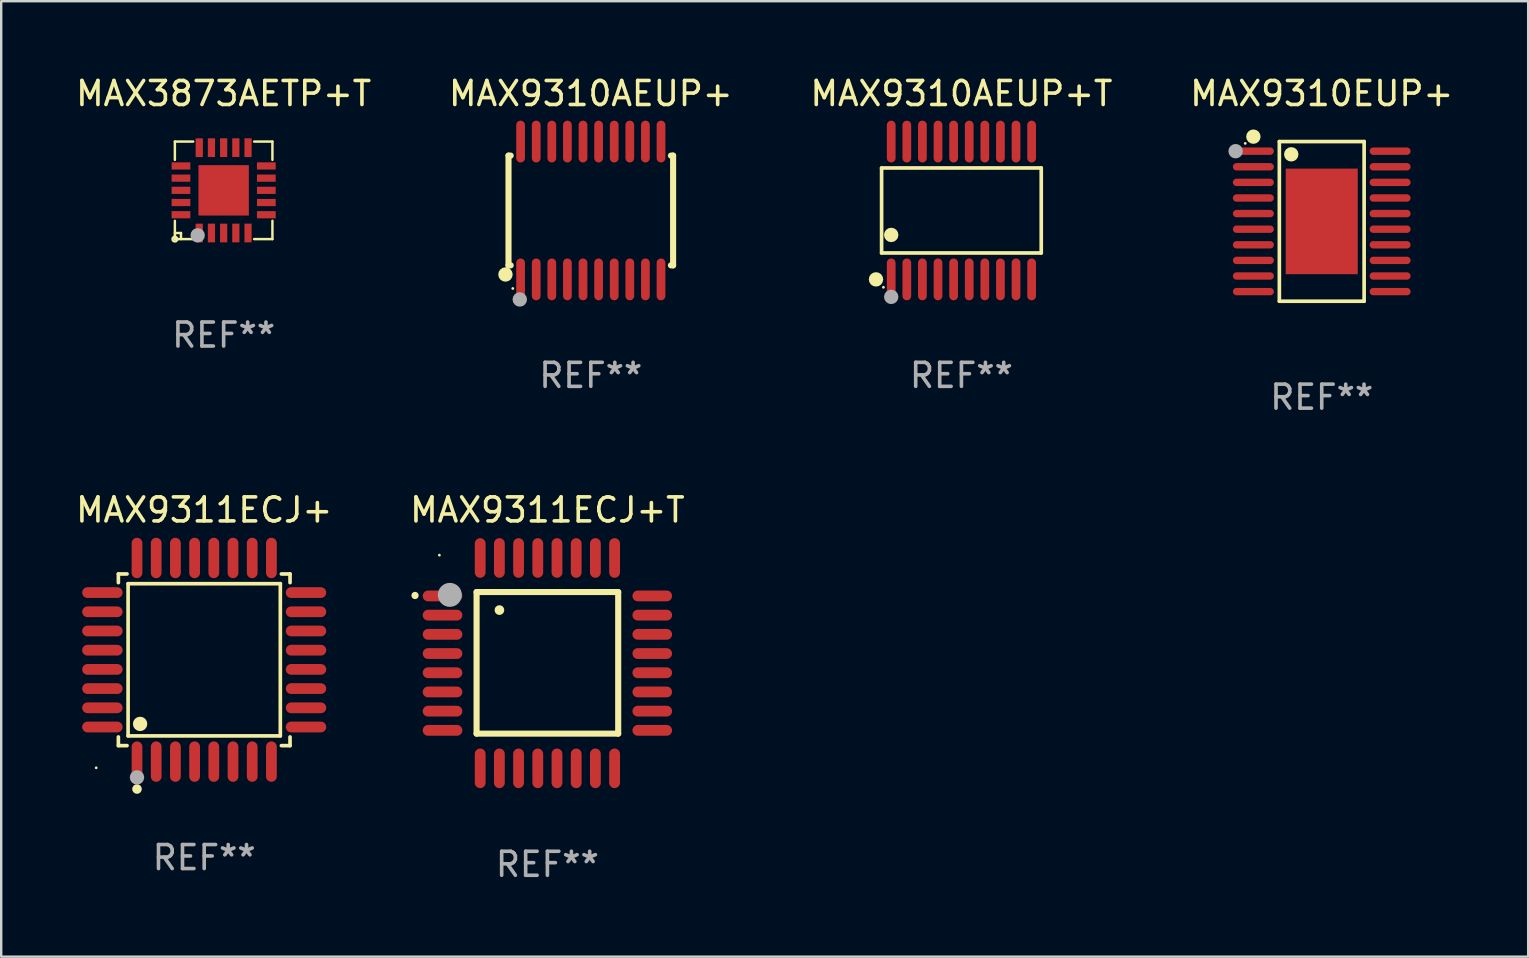
<source format=kicad_pcb>
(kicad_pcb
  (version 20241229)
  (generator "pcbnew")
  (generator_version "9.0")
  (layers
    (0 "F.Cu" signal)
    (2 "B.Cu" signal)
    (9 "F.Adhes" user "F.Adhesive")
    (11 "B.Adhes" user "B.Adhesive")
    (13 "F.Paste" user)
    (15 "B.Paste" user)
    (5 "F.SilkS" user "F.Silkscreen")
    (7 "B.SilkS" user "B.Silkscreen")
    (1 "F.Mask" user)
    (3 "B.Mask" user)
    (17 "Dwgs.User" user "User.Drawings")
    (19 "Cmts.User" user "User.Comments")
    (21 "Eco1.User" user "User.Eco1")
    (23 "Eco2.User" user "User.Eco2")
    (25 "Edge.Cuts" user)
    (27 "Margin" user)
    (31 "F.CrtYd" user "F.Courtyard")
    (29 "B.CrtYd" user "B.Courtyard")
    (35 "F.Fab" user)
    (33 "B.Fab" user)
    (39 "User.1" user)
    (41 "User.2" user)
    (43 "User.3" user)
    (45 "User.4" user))
  (footprint "MAX9311ECJ+T"
    (layer "F.Cu")
    (at 19.756 24.579)
    (property "Reference" "MAX9311ECJ+T" (at 0 -6.382 0) (layer "F.SilkS") (effects (font (size 1 1) (thickness 0.15))))
    (attr through_hole)
    (fp_line (start -2.95 -2.963) (end -2.95 2.937) (stroke (width 0.254) (type solid)) (layer "F.SilkS"))
    (fp_line (start -2.95 2.937) (end 2.95 2.937) (stroke (width 0.254) (type solid)) (layer "F.SilkS"))
    (fp_line (start 2.95 -2.963) (end -2.95 -2.963) (stroke (width 0.254) (type solid)) (layer "F.SilkS"))
    (fp_line (start 2.95 2.937) (end 2.95 -2.963) (stroke (width 0.254) (type solid)) (layer "F.SilkS"))
    (fp_arc (start -5.514199 -2.818136) (mid -5.514204 -2.819406) (end -5.514199 -2.820676) (stroke (width 0.3) (type solid)) (layer "F.SilkS"))
    (fp_arc (start -1.998984 -2.209804) (mid -1.998988 -2.211074) (end -1.998984 -2.212344) (stroke (width 0.4) (type solid)) (layer "F.SilkS"))
    (fp_circle (center -4.5 -4.5) (end -4.47 -4.5) (stroke (width 0.06) (type solid)) (fill no) (layer "F.SilkS"))
    (fp_circle (center -4.064 -2.845) (end -3.814 -2.845) (stroke (width 0.5) (type solid)) (fill no) (layer "F.Fab"))
    (fp_text user "REF**" (at 0 8.382 0) (layer "F.Fab") (effects (font (size 1 1) (thickness 0.15))))
    (pad "1" smd oval (at -4.369 -2.8 90) (size 0.45 1.65) (layers "F.Cu" "F.Mask" "F.Paste"))
    (pad "2" smd oval (at -4.369 -2 90) (size 0.45 1.65) (layers "F.Cu" "F.Mask" "F.Paste"))
    (pad "3" smd oval (at -4.369 -1.2 90) (size 0.45 1.65) (layers "F.Cu" "F.Mask" "F.Paste"))
    (pad "4" smd oval (at -4.369 -0.4 90) (size 0.45 1.65) (layers "F.Cu" "F.Mask" "F.Paste"))
    (pad "5" smd oval (at -4.369 0.4 90) (size 0.45 1.65) (layers "F.Cu" "F.Mask" "F.Paste"))
    (pad "6" smd oval (at -4.369 1.2 90) (size 0.45 1.65) (layers "F.Cu" "F.Mask" "F.Paste"))
    (pad "7" smd oval (at -4.369 2 90) (size 0.45 1.65) (layers "F.Cu" "F.Mask" "F.Paste"))
    (pad "8" smd oval (at -4.369 2.8 90) (size 0.45 1.65) (layers "F.Cu" "F.Mask" "F.Paste"))
    (pad "9" smd oval (at -2.8 4.382) (size 0.45 1.65) (layers "F.Cu" "F.Mask" "F.Paste"))
    (pad "10" smd oval (at -2 4.382) (size 0.45 1.65) (layers "F.Cu" "F.Mask" "F.Paste"))
    (pad "11" smd oval (at -1.2 4.382) (size 0.45 1.65) (layers "F.Cu" "F.Mask" "F.Paste"))
    (pad "12" smd oval (at -0.4 4.382) (size 0.45 1.65) (layers "F.Cu" "F.Mask" "F.Paste"))
    (pad "13" smd oval (at 0.4 4.382) (size 0.45 1.65) (layers "F.Cu" "F.Mask" "F.Paste"))
    (pad "14" smd oval (at 1.2 4.382) (size 0.45 1.65) (layers "F.Cu" "F.Mask" "F.Paste"))
    (pad "15" smd oval (at 2 4.382) (size 0.45 1.65) (layers "F.Cu" "F.Mask" "F.Paste"))
    (pad "16" smd oval (at 2.8 4.382) (size 0.45 1.65) (layers "F.Cu" "F.Mask" "F.Paste"))
    (pad "17" smd oval (at 4.369 2.8 90) (size 0.45 1.65) (layers "F.Cu" "F.Mask" "F.Paste"))
    (pad "18" smd oval (at 4.369 2 90) (size 0.45 1.65) (layers "F.Cu" "F.Mask" "F.Paste"))
    (pad "19" smd oval (at 4.369 1.2 90) (size 0.45 1.65) (layers "F.Cu" "F.Mask" "F.Paste"))
    (pad "20" smd oval (at 4.369 0.4 90) (size 0.45 1.65) (layers "F.Cu" "F.Mask" "F.Paste"))
    (pad "21" smd oval (at 4.369 -0.4 90) (size 0.45 1.65) (layers "F.Cu" "F.Mask" "F.Paste"))
    (pad "22" smd oval (at 4.369 -1.2 90) (size 0.45 1.65) (layers "F.Cu" "F.Mask" "F.Paste"))
    (pad "23" smd oval (at 4.369 -2 90) (size 0.45 1.65) (layers "F.Cu" "F.Mask" "F.Paste"))
    (pad "24" smd oval (at 4.369 -2.8 90) (size 0.45 1.65) (layers "F.Cu" "F.Mask" "F.Paste"))
    (pad "25" smd oval (at 2.8 -4.382) (size 0.45 1.65) (layers "F.Cu" "F.Mask" "F.Paste"))
    (pad "26" smd oval (at 2 -4.382) (size 0.45 1.65) (layers "F.Cu" "F.Mask" "F.Paste"))
    (pad "27" smd oval (at 1.2 -4.382) (size 0.45 1.65) (layers "F.Cu" "F.Mask" "F.Paste"))
    (pad "28" smd oval (at 0.4 -4.382) (size 0.45 1.65) (layers "F.Cu" "F.Mask" "F.Paste"))
    (pad "29" smd oval (at -0.4 -4.382) (size 0.45 1.65) (layers "F.Cu" "F.Mask" "F.Paste"))
    (pad "30" smd oval (at -1.2 -4.382) (size 0.45 1.65) (layers "F.Cu" "F.Mask" "F.Paste"))
    (pad "31" smd oval (at -2 -4.382) (size 0.45 1.65) (layers "F.Cu" "F.Mask" "F.Paste"))
    (pad "32" smd oval (at -2.8 -4.382) (size 0.45 1.65) (layers "F.Cu" "F.Mask" "F.Paste")))
  (footprint "MAX9311ECJ+"
    (layer "F.Cu")
    (at 5.458 24.439)
    (property "Reference" "MAX9311ECJ+" (at 0 -6.242 0) (layer "F.SilkS") (effects (font (size 1 1) (thickness 0.15))))
    (attr through_hole)
    (fp_line (start -3.576 -3.576) (end -3.215 -3.576) (stroke (width 0.152) (type solid)) (layer "F.SilkS"))
    (fp_line (start -3.576 -3.215) (end -3.576 -3.576) (stroke (width 0.152) (type solid)) (layer "F.SilkS"))
    (fp_line (start -3.576 3.215) (end -3.576 3.576) (stroke (width 0.152) (type solid)) (layer "F.SilkS"))
    (fp_line (start -3.576 3.576) (end -3.215 3.576) (stroke (width 0.152) (type solid)) (layer "F.SilkS"))
    (fp_line (start -3.171 -3.171) (end 3.171 -3.171) (stroke (width 0.152) (type solid)) (layer "F.SilkS"))
    (fp_line (start -3.171 3.171) (end -3.171 -3.171) (stroke (width 0.152) (type solid)) (layer "F.SilkS"))
    (fp_line (start 3.171 -3.171) (end 3.171 3.171) (stroke (width 0.152) (type solid)) (layer "F.SilkS"))
    (fp_line (start 3.171 3.171) (end -3.171 3.171) (stroke (width 0.152) (type solid)) (layer "F.SilkS"))
    (fp_line (start 3.576 -3.576) (end 3.215 -3.576) (stroke (width 0.152) (type solid)) (layer "F.SilkS"))
    (fp_line (start 3.576 -3.215) (end 3.576 -3.576) (stroke (width 0.152) (type solid)) (layer "F.SilkS"))
    (fp_line (start 3.576 3.215) (end 3.576 3.576) (stroke (width 0.152) (type solid)) (layer "F.SilkS"))
    (fp_line (start 3.576 3.576) (end 3.215 3.576) (stroke (width 0.152) (type solid)) (layer "F.SilkS"))
    (fp_circle (center -4.5 4.5) (end -4.47 4.5) (stroke (width 0.06) (type solid)) (fill no) (layer "F.SilkS"))
    (fp_circle (center -2.8 5.384) (end -2.7 5.384) (stroke (width 0.2) (type solid)) (fill no) (layer "F.SilkS"))
    (fp_circle (center -2.671 2.671) (end -2.521 2.671) (stroke (width 0.3) (type solid)) (fill no) (layer "F.SilkS"))
    (fp_circle (center -2.8 4.9) (end -2.65 4.9) (stroke (width 0.3) (type solid)) (fill no) (layer "F.Fab"))
    (fp_text user "REF**" (at 0 8.242 0) (layer "F.Fab") (effects (font (size 1 1) (thickness 0.15))))
    (pad "1" smd oval (at -2.8 4.242) (size 0.448 1.684) (layers "F.Cu" "F.Mask" "F.Paste"))
    (pad "2" smd oval (at -2 4.242) (size 0.448 1.684) (layers "F.Cu" "F.Mask" "F.Paste"))
    (pad "3" smd oval (at -1.2 4.242) (size 0.448 1.684) (layers "F.Cu" "F.Mask" "F.Paste"))
    (pad "4" smd oval (at -0.4 4.242) (size 0.448 1.684) (layers "F.Cu" "F.Mask" "F.Paste"))
    (pad "5" smd oval (at 0.4 4.242) (size 0.448 1.684) (layers "F.Cu" "F.Mask" "F.Paste"))
    (pad "6" smd oval (at 1.2 4.242) (size 0.448 1.684) (layers "F.Cu" "F.Mask" "F.Paste"))
    (pad "7" smd oval (at 2 4.242) (size 0.448 1.684) (layers "F.Cu" "F.Mask" "F.Paste"))
    (pad "8" smd oval (at 2.8 4.242) (size 0.448 1.684) (layers "F.Cu" "F.Mask" "F.Paste"))
    (pad "9" smd oval (at 4.242 2.8) (size 1.684 0.448) (layers "F.Cu" "F.Mask" "F.Paste"))
    (pad "10" smd oval (at 4.242 2) (size 1.684 0.448) (layers "F.Cu" "F.Mask" "F.Paste"))
    (pad "11" smd oval (at 4.242 1.2) (size 1.684 0.448) (layers "F.Cu" "F.Mask" "F.Paste"))
    (pad "12" smd oval (at 4.242 0.4) (size 1.684 0.448) (layers "F.Cu" "F.Mask" "F.Paste"))
    (pad "13" smd oval (at 4.242 -0.4) (size 1.684 0.448) (layers "F.Cu" "F.Mask" "F.Paste"))
    (pad "14" smd oval (at 4.242 -1.2) (size 1.684 0.448) (layers "F.Cu" "F.Mask" "F.Paste"))
    (pad "15" smd oval (at 4.242 -2) (size 1.684 0.448) (layers "F.Cu" "F.Mask" "F.Paste"))
    (pad "16" smd oval (at 4.242 -2.8) (size 1.684 0.448) (layers "F.Cu" "F.Mask" "F.Paste"))
    (pad "17" smd oval (at 2.8 -4.242) (size 0.448 1.684) (layers "F.Cu" "F.Mask" "F.Paste"))
    (pad "18" smd oval (at 2 -4.242) (size 0.448 1.684) (layers "F.Cu" "F.Mask" "F.Paste"))
    (pad "19" smd oval (at 1.2 -4.242) (size 0.448 1.684) (layers "F.Cu" "F.Mask" "F.Paste"))
    (pad "20" smd oval (at 0.4 -4.242) (size 0.448 1.684) (layers "F.Cu" "F.Mask" "F.Paste"))
    (pad "21" smd oval (at -0.4 -4.242) (size 0.448 1.684) (layers "F.Cu" "F.Mask" "F.Paste"))
    (pad "22" smd oval (at -1.2 -4.242) (size 0.448 1.684) (layers "F.Cu" "F.Mask" "F.Paste"))
    (pad "23" smd oval (at -2 -4.242) (size 0.448 1.684) (layers "F.Cu" "F.Mask" "F.Paste"))
    (pad "24" smd oval (at -2.8 -4.242) (size 0.448 1.684) (layers "F.Cu" "F.Mask" "F.Paste"))
    (pad "25" smd oval (at -4.242 -2.8) (size 1.684 0.448) (layers "F.Cu" "F.Mask" "F.Paste"))
    (pad "26" smd oval (at -4.242 -2) (size 1.684 0.448) (layers "F.Cu" "F.Mask" "F.Paste"))
    (pad "27" smd oval (at -4.242 -1.2) (size 1.684 0.448) (layers "F.Cu" "F.Mask" "F.Paste"))
    (pad "28" smd oval (at -4.242 -0.4) (size 1.684 0.448) (layers "F.Cu" "F.Mask" "F.Paste"))
    (pad "29" smd oval (at -4.242 0.4) (size 1.684 0.448) (layers "F.Cu" "F.Mask" "F.Paste"))
    (pad "30" smd oval (at -4.242 1.2) (size 1.684 0.448) (layers "F.Cu" "F.Mask" "F.Paste"))
    (pad "31" smd oval (at -4.242 2) (size 1.684 0.448) (layers "F.Cu" "F.Mask" "F.Paste"))
    (pad "32" smd oval (at -4.242 2.8) (size 1.684 0.448) (layers "F.Cu" "F.Mask" "F.Paste")))
  (footprint "MAX9310AEUP+"
    (layer "F.Cu")
    (at 21.565 5.719)
    (property "Reference" "MAX9310AEUP+" (at 0 -4.871 0) (layer "F.SilkS") (effects (font (size 1 1) (thickness 0.15))))
    (attr through_hole)
    (fp_line (start -3.429 -2.286) (end -3.429 2.286) (stroke (width 0.254) (type solid)) (layer "F.SilkS"))
    (fp_line (start -3.429 2.286) (end -3.338 2.286) (stroke (width 0.254) (type solid)) (layer "F.SilkS"))
    (fp_line (start -3.338 -2.286) (end -3.429 -2.286) (stroke (width 0.254) (type solid)) (layer "F.SilkS"))
    (fp_line (start 3.338 -2.286) (end 3.429 -2.286) (stroke (width 0.254) (type solid)) (layer "F.SilkS"))
    (fp_line (start 3.429 -2.286) (end 3.429 2.286) (stroke (width 0.254) (type solid)) (layer "F.SilkS"))
    (fp_line (start 3.429 2.286) (end 3.338 2.286) (stroke (width 0.254) (type solid)) (layer "F.SilkS"))
    (fp_circle (center -3.556 2.667) (end -3.406 2.667) (stroke (width 0.3) (type solid)) (fill no) (layer "F.SilkS"))
    (fp_circle (center -3.25 3.25) (end -3.22 3.25) (stroke (width 0.06) (type solid)) (fill no) (layer "F.SilkS"))
    (fp_circle (center -2.959 3.707) (end -2.808 3.707) (stroke (width 0.3) (type solid)) (fill no) (layer "F.Fab"))
    (fp_text user "REF**" (at 0 6.871 0) (layer "F.Fab") (effects (font (size 1 1) (thickness 0.15))))
    (pad "1" smd oval (at -2.925 2.871) (size 0.364 1.742) (layers "F.Cu" "F.Mask" "F.Paste"))
    (pad "2" smd oval (at -2.275 2.871) (size 0.364 1.742) (layers "F.Cu" "F.Mask" "F.Paste"))
    (pad "3" smd oval (at -1.625 2.871) (size 0.364 1.742) (layers "F.Cu" "F.Mask" "F.Paste"))
    (pad "4" smd oval (at -0.975 2.871) (size 0.364 1.742) (layers "F.Cu" "F.Mask" "F.Paste"))
    (pad "5" smd oval (at -0.325 2.871) (size 0.364 1.742) (layers "F.Cu" "F.Mask" "F.Paste"))
    (pad "6" smd oval (at 0.325 2.871) (size 0.364 1.742) (layers "F.Cu" "F.Mask" "F.Paste"))
    (pad "7" smd oval (at 0.975 2.871) (size 0.364 1.742) (layers "F.Cu" "F.Mask" "F.Paste"))
    (pad "8" smd oval (at 1.625 2.871) (size 0.364 1.742) (layers "F.Cu" "F.Mask" "F.Paste"))
    (pad "9" smd oval (at 2.275 2.871) (size 0.364 1.742) (layers "F.Cu" "F.Mask" "F.Paste"))
    (pad "10" smd oval (at 2.925 2.871) (size 0.364 1.742) (layers "F.Cu" "F.Mask" "F.Paste"))
    (pad "11" smd oval (at 2.925 -2.871) (size 0.364 1.742) (layers "F.Cu" "F.Mask" "F.Paste"))
    (pad "12" smd oval (at 2.275 -2.871) (size 0.364 1.742) (layers "F.Cu" "F.Mask" "F.Paste"))
    (pad "13" smd oval (at 1.625 -2.871) (size 0.364 1.742) (layers "F.Cu" "F.Mask" "F.Paste"))
    (pad "14" smd oval (at 0.975 -2.871) (size 0.364 1.742) (layers "F.Cu" "F.Mask" "F.Paste"))
    (pad "15" smd oval (at 0.325 -2.871) (size 0.364 1.742) (layers "F.Cu" "F.Mask" "F.Paste"))
    (pad "16" smd oval (at -0.325 -2.871) (size 0.364 1.742) (layers "F.Cu" "F.Mask" "F.Paste"))
    (pad "17" smd oval (at -0.975 -2.871) (size 0.364 1.742) (layers "F.Cu" "F.Mask" "F.Paste"))
    (pad "18" smd oval (at -1.625 -2.871) (size 0.364 1.742) (layers "F.Cu" "F.Mask" "F.Paste"))
    (pad "19" smd oval (at -2.275 -2.871) (size 0.364 1.742) (layers "F.Cu" "F.Mask" "F.Paste"))
    (pad "20" smd oval (at -2.925 -2.871) (size 0.364 1.742) (layers "F.Cu" "F.Mask" "F.Paste")))
  (footprint "MAX9310AEUP+T"
    (layer "F.Cu")
    (at 37.006 5.719)
    (property "Reference" "MAX9310AEUP+T" (at 0 -4.871 0) (layer "F.SilkS") (effects (font (size 1 1) (thickness 0.15))))
    (attr through_hole)
    (fp_line (start -3.326 -1.771) (end 3.326 -1.771) (stroke (width 0.152) (type solid)) (layer "F.SilkS"))
    (fp_line (start -3.326 1.771) (end -3.326 -1.771) (stroke (width 0.152) (type solid)) (layer "F.SilkS"))
    (fp_line (start 3.326 -1.771) (end 3.326 1.771) (stroke (width 0.152) (type solid)) (layer "F.SilkS"))
    (fp_line (start 3.326 1.771) (end -3.326 1.771) (stroke (width 0.152) (type solid)) (layer "F.SilkS"))
    (fp_circle (center -3.559 2.871) (end -3.409 2.871) (stroke (width 0.3) (type solid)) (fill no) (layer "F.SilkS"))
    (fp_circle (center -3.25 3.2) (end -3.22 3.2) (stroke (width 0.06) (type solid)) (fill no) (layer "F.SilkS"))
    (fp_circle (center -2.925 1.019) (end -2.775 1.019) (stroke (width 0.3) (type solid)) (fill no) (layer "F.SilkS"))
    (fp_circle (center -2.925 3.6) (end -2.775 3.6) (stroke (width 0.3) (type solid)) (fill no) (layer "F.Fab"))
    (fp_text user "REF**" (at 0 6.871 0) (layer "F.Fab") (effects (font (size 1 1) (thickness 0.15))))
    (pad "1" smd oval (at -2.925 2.871) (size 0.364 1.742) (layers "F.Cu" "F.Mask" "F.Paste"))
    (pad "2" smd oval (at -2.275 2.871) (size 0.364 1.742) (layers "F.Cu" "F.Mask" "F.Paste"))
    (pad "3" smd oval (at -1.625 2.871) (size 0.364 1.742) (layers "F.Cu" "F.Mask" "F.Paste"))
    (pad "4" smd oval (at -0.975 2.871) (size 0.364 1.742) (layers "F.Cu" "F.Mask" "F.Paste"))
    (pad "5" smd oval (at -0.325 2.871) (size 0.364 1.742) (layers "F.Cu" "F.Mask" "F.Paste"))
    (pad "6" smd oval (at 0.325 2.871) (size 0.364 1.742) (layers "F.Cu" "F.Mask" "F.Paste"))
    (pad "7" smd oval (at 0.975 2.871) (size 0.364 1.742) (layers "F.Cu" "F.Mask" "F.Paste"))
    (pad "8" smd oval (at 1.625 2.871) (size 0.364 1.742) (layers "F.Cu" "F.Mask" "F.Paste"))
    (pad "9" smd oval (at 2.275 2.871) (size 0.364 1.742) (layers "F.Cu" "F.Mask" "F.Paste"))
    (pad "10" smd oval (at 2.925 2.871) (size 0.364 1.742) (layers "F.Cu" "F.Mask" "F.Paste"))
    (pad "11" smd oval (at 2.925 -2.871) (size 0.364 1.742) (layers "F.Cu" "F.Mask" "F.Paste"))
    (pad "12" smd oval (at 2.275 -2.871) (size 0.364 1.742) (layers "F.Cu" "F.Mask" "F.Paste"))
    (pad "13" smd oval (at 1.625 -2.871) (size 0.364 1.742) (layers "F.Cu" "F.Mask" "F.Paste"))
    (pad "14" smd oval (at 0.975 -2.871) (size 0.364 1.742) (layers "F.Cu" "F.Mask" "F.Paste"))
    (pad "15" smd oval (at 0.325 -2.871) (size 0.364 1.742) (layers "F.Cu" "F.Mask" "F.Paste"))
    (pad "16" smd oval (at -0.325 -2.871) (size 0.364 1.742) (layers "F.Cu" "F.Mask" "F.Paste"))
    (pad "17" smd oval (at -0.975 -2.871) (size 0.364 1.742) (layers "F.Cu" "F.Mask" "F.Paste"))
    (pad "18" smd oval (at -1.625 -2.871) (size 0.364 1.742) (layers "F.Cu" "F.Mask" "F.Paste"))
    (pad "19" smd oval (at -2.275 -2.871) (size 0.364 1.742) (layers "F.Cu" "F.Mask" "F.Paste"))
    (pad "20" smd oval (at -2.925 -2.871) (size 0.364 1.742) (layers "F.Cu" "F.Mask" "F.Paste")))
  (footprint "MAX3873AETP+T"
    (layer "F.Cu")
    (at 6.268 4.88)
    (property "Reference" "MAX3873AETP+T" (at 0 -4.032 0) (layer "F.SilkS") (effects (font (size 1 1) (thickness 0.15))))
    (attr through_hole)
    (fp_line (start -2.032 -2.032) (end -1.27 -2.032) (stroke (width 0.102) (type solid)) (layer "F.SilkS"))
    (fp_line (start -2.032 -1.27) (end -2.032 -2.032) (stroke (width 0.102) (type solid)) (layer "F.SilkS"))
    (fp_line (start -2.032 1.778) (end -1.778 1.778) (stroke (width 0.102) (type solid)) (layer "F.SilkS"))
    (fp_line (start -2.032 2.032) (end -2.032 1.27) (stroke (width 0.102) (type solid)) (layer "F.SilkS"))
    (fp_line (start -1.778 1.778) (end -1.778 2.032) (stroke (width 0.102) (type solid)) (layer "F.SilkS"))
    (fp_line (start -1.27 2.032) (end -2.032 2.032) (stroke (width 0.102) (type solid)) (layer "F.SilkS"))
    (fp_line (start 1.27 -2.032) (end 2.032 -2.032) (stroke (width 0.102) (type solid)) (layer "F.SilkS"))
    (fp_line (start 1.27 2.032) (end 2.032 2.032) (stroke (width 0.102) (type solid)) (layer "F.SilkS"))
    (fp_line (start 2.032 -2.032) (end 2.032 -1.27) (stroke (width 0.102) (type solid)) (layer "F.SilkS"))
    (fp_line (start 2.032 2.032) (end 2.032 1.27) (stroke (width 0.102) (type solid)) (layer "F.SilkS"))
    (fp_circle (center -2.032 2.032) (end -1.933 2.032) (stroke (width 0.1) (type solid)) (fill no) (layer "F.SilkS"))
    (fp_circle (center -2.002 2) (end -1.972 2) (stroke (width 0.06) (type solid)) (fill no) (layer "F.SilkS"))
    (fp_circle (center -1.083 1.874) (end -0.933 1.874) (stroke (width 0.3) (type solid)) (fill no) (layer "F.Fab"))
    (fp_text user "REF**" (at 0 6.032 0) (layer "F.Fab") (effects (font (size 1 1) (thickness 0.15))))
    (pad "1" smd rect (at -1.016 1.778 180) (size 0.3 0.78) (layers "F.Cu" "F.Mask" "F.Paste"))
    (pad "2" smd rect (at -0.508 1.778 180) (size 0.3 0.78) (layers "F.Cu" "F.Mask" "F.Paste"))
    (pad "3" smd rect (at 0.000254 1.778 180) (size 0.3 0.78) (layers "F.Cu" "F.Mask" "F.Paste"))
    (pad "4" smd rect (at 0.508 1.778 180) (size 0.3 0.78) (layers "F.Cu" "F.Mask" "F.Paste"))
    (pad "5" smd rect (at 1.016 1.778 180) (size 0.3 0.78) (layers "F.Cu" "F.Mask" "F.Paste"))
    (pad "6" smd rect (at 1.778 1.016 270) (size 0.3 0.78) (layers "F.Cu" "F.Mask" "F.Paste"))
    (pad "7" smd rect (at 1.778 0.508 270) (size 0.3 0.78) (layers "F.Cu" "F.Mask" "F.Paste"))
    (pad "8" smd rect (at 1.778 0 270) (size 0.3 0.78) (layers "F.Cu" "F.Mask" "F.Paste"))
    (pad "9" smd rect (at 1.778 -0.508 270) (size 0.3 0.78) (layers "F.Cu" "F.Mask" "F.Paste"))
    (pad "10" smd rect (at 1.778 -1.016 270) (size 0.3 0.78) (layers "F.Cu" "F.Mask" "F.Paste"))
    (pad "11" smd rect (at 1.016 -1.778) (size 0.3 0.78) (layers "F.Cu" "F.Mask" "F.Paste"))
    (pad "12" smd rect (at 0.508 -1.778) (size 0.3 0.78) (layers "F.Cu" "F.Mask" "F.Paste"))
    (pad "13" smd rect (at 0.000254 -1.778) (size 0.3 0.78) (layers "F.Cu" "F.Mask" "F.Paste"))
    (pad "14" smd rect (at -0.508 -1.778) (size 0.3 0.78) (layers "F.Cu" "F.Mask" "F.Paste"))
    (pad "15" smd rect (at -1.016 -1.778) (size 0.3 0.78) (layers "F.Cu" "F.Mask" "F.Paste"))
    (pad "16" smd rect (at -1.778 -1.016 90) (size 0.3 0.78) (layers "F.Cu" "F.Mask" "F.Paste"))
    (pad "17" smd rect (at -1.778 -0.508 90) (size 0.3 0.78) (layers "F.Cu" "F.Mask" "F.Paste"))
    (pad "18" smd rect (at -1.778 0 90) (size 0.3 0.78) (layers "F.Cu" "F.Mask" "F.Paste"))
    (pad "19" smd rect (at -1.778 0.508 90) (size 0.3 0.78) (layers "F.Cu" "F.Mask" "F.Paste"))
    (pad "20" smd rect (at -1.778 1.016 90) (size 0.3 0.78) (layers "F.Cu" "F.Mask" "F.Paste"))
    (pad "21" smd rect (at 0 0 90) (size 2.1 2.1) (layers "F.Cu" "F.Mask" "F.Paste")))
  (footprint "MAX9310EUP+"
    (layer "F.Cu")
    (at 52.018 6.174)
    (property "Reference" "MAX9310EUP+" (at 0 -5.326 0) (layer "F.SilkS") (effects (font (size 1 1) (thickness 0.15))))
    (attr through_hole)
    (fp_line (start -1.766 -3.326) (end 1.766 -3.326) (stroke (width 0.152) (type solid)) (layer "F.SilkS"))
    (fp_line (start -1.766 3.326) (end -1.766 -3.326) (stroke (width 0.152) (type solid)) (layer "F.SilkS"))
    (fp_line (start 1.766 -3.326) (end 1.766 3.326) (stroke (width 0.152) (type solid)) (layer "F.SilkS"))
    (fp_line (start 1.766 3.326) (end -1.766 3.326) (stroke (width 0.152) (type solid)) (layer "F.SilkS"))
    (fp_circle (center -3.188 -3.25) (end -3.158 -3.25) (stroke (width 0.06) (type solid)) (fill no) (layer "F.SilkS"))
    (fp_circle (center -2.848 -3.531) (end -2.698 -3.531) (stroke (width 0.3) (type solid)) (fill no) (layer "F.SilkS"))
    (fp_circle (center -1.27 -2.794) (end -1.12 -2.794) (stroke (width 0.3) (type solid)) (fill no) (layer "F.SilkS"))
    (fp_circle (center -3.588 -2.925) (end -3.437 -2.925) (stroke (width 0.3) (type solid)) (fill no) (layer "F.Fab"))
    (fp_text user "REF**" (at 0 7.326 0) (layer "F.Fab") (effects (font (size 1 1) (thickness 0.15))))
    (pad "1" smd oval (at -2.848 -2.925) (size 1.707 0.308) (layers "F.Cu" "F.Mask" "F.Paste"))
    (pad "2" smd oval (at -2.848 -2.275) (size 1.707 0.308) (layers "F.Cu" "F.Mask" "F.Paste"))
    (pad "3" smd oval (at -2.848 -1.625) (size 1.707 0.308) (layers "F.Cu" "F.Mask" "F.Paste"))
    (pad "4" smd oval (at -2.848 -0.975) (size 1.707 0.308) (layers "F.Cu" "F.Mask" "F.Paste"))
    (pad "5" smd oval (at -2.848 -0.325) (size 1.707 0.308) (layers "F.Cu" "F.Mask" "F.Paste"))
    (pad "6" smd oval (at -2.848 0.325) (size 1.707 0.308) (layers "F.Cu" "F.Mask" "F.Paste"))
    (pad "7" smd oval (at -2.848 0.975) (size 1.707 0.308) (layers "F.Cu" "F.Mask" "F.Paste"))
    (pad "8" smd oval (at -2.848 1.625) (size 1.707 0.308) (layers "F.Cu" "F.Mask" "F.Paste"))
    (pad "9" smd oval (at -2.848 2.275) (size 1.707 0.308) (layers "F.Cu" "F.Mask" "F.Paste"))
    (pad "10" smd oval (at -2.848 2.925) (size 1.707 0.308) (layers "F.Cu" "F.Mask" "F.Paste"))
    (pad "11" smd oval (at 2.848 2.925) (size 1.707 0.308) (layers "F.Cu" "F.Mask" "F.Paste"))
    (pad "12" smd oval (at 2.848 2.275) (size 1.707 0.308) (layers "F.Cu" "F.Mask" "F.Paste"))
    (pad "13" smd oval (at 2.848 1.625) (size 1.707 0.308) (layers "F.Cu" "F.Mask" "F.Paste"))
    (pad "14" smd oval (at 2.848 0.975) (size 1.707 0.308) (layers "F.Cu" "F.Mask" "F.Paste"))
    (pad "15" smd oval (at 2.848 0.325) (size 1.707 0.308) (layers "F.Cu" "F.Mask" "F.Paste"))
    (pad "16" smd oval (at 2.848 -0.325) (size 1.707 0.308) (layers "F.Cu" "F.Mask" "F.Paste"))
    (pad "17" smd oval (at 2.848 -0.975) (size 1.707 0.308) (layers "F.Cu" "F.Mask" "F.Paste"))
    (pad "18" smd oval (at 2.848 -1.625) (size 1.707 0.308) (layers "F.Cu" "F.Mask" "F.Paste"))
    (pad "19" smd oval (at 2.848 -2.275) (size 1.707 0.308) (layers "F.Cu" "F.Mask" "F.Paste"))
    (pad "20" smd oval (at 2.848 -2.925) (size 1.707 0.308) (layers "F.Cu" "F.Mask" "F.Paste"))
    (pad "21" smd rect (at 0 0) (size 3 4.4) (layers "F.Cu" "F.Mask" "F.Paste")))
  (gr_rect
    (start -3 -3)
    (end 60.619 36.808)
    (stroke (width 0.1) (type default))
    (fill no)
    (layer "Edge.Cuts")))
</source>
